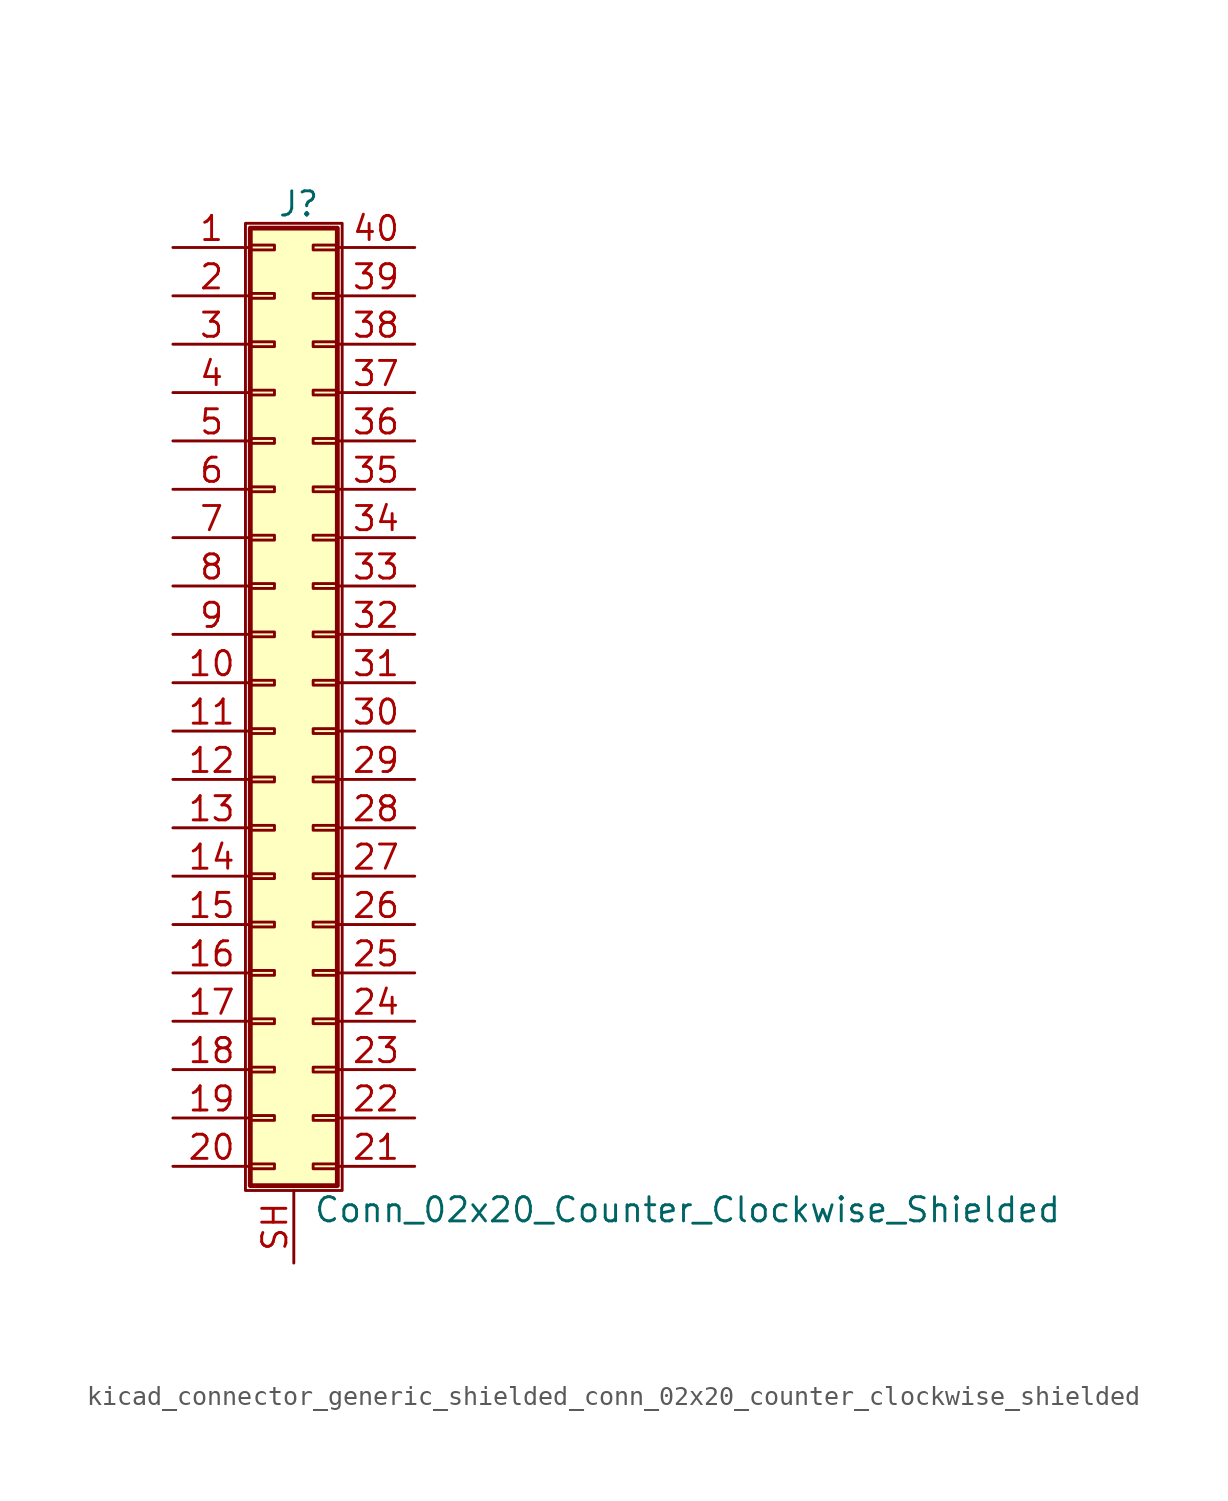
<source format=kicad_sym>
(kicad_symbol_lib
  (version 20220914)
  (generator kicad_symbol_editor)
  (symbol "kicad_connector_generic_shielded_conn_02x20_counter_clockwise_shielded"
    (pin_names
      (offset 1.016) hide)
    (property "Reference" "J"
      (at 1.524 25.146 0)
      (effects (font (size 1.27 1.27))))
    (property "Value" "Conn_02x20_Counter_Clockwise_Shielded"
      (at 2.286 -27.686 0)
      (effects (font (size 1.27 1.27)) (justify left)))
    (symbol "kicad_connector_generic_shielded_conn_02x20_counter_clockwise_shielded_1_1"
      (rectangle (start -1.27 24.13) (end 3.81 -26.67) (stroke (width 0.152) (type default)) (fill (type none)))
      (rectangle (start -1.016 -25.273) (end 0.254 -25.527) (stroke (width 0.152) (type default)) (fill (type none)))
      (rectangle (start -1.016 -22.733) (end 0.254 -22.987) (stroke (width 0.152) (type default)) (fill (type none)))
      (rectangle (start -1.016 -20.193) (end 0.254 -20.447) (stroke (width 0.152) (type default)) (fill (type none)))
      (rectangle (start -1.016 -17.653) (end 0.254 -17.907) (stroke (width 0.152) (type default)) (fill (type none)))
      (rectangle (start -1.016 -15.113) (end 0.254 -15.367) (stroke (width 0.152) (type default)) (fill (type none)))
      (rectangle (start -1.016 -12.573) (end 0.254 -12.827) (stroke (width 0.152) (type default)) (fill (type none)))
      (rectangle (start -1.016 -10.033) (end 0.254 -10.287) (stroke (width 0.152) (type default)) (fill (type none)))
      (rectangle (start -1.016 -7.493) (end 0.254 -7.747) (stroke (width 0.152) (type default)) (fill (type none)))
      (rectangle (start -1.016 -4.953) (end 0.254 -5.207) (stroke (width 0.152) (type default)) (fill (type none)))
      (rectangle (start -1.016 -2.413) (end 0.254 -2.667) (stroke (width 0.152) (type default)) (fill (type none)))
      (rectangle (start -1.016 0.127) (end 0.254 -0.127) (stroke (width 0.152) (type default)) (fill (type none)))
      (rectangle (start -1.016 2.667) (end 0.254 2.413) (stroke (width 0.152) (type default)) (fill (type none)))
      (rectangle (start -1.016 5.207) (end 0.254 4.953) (stroke (width 0.152) (type default)) (fill (type none)))
      (rectangle (start -1.016 7.747) (end 0.254 7.493) (stroke (width 0.152) (type default)) (fill (type none)))
      (rectangle (start -1.016 10.287) (end 0.254 10.033) (stroke (width 0.152) (type default)) (fill (type none)))
      (rectangle (start -1.016 12.827) (end 0.254 12.573) (stroke (width 0.152) (type default)) (fill (type none)))
      (rectangle (start -1.016 15.367) (end 0.254 15.113) (stroke (width 0.152) (type default)) (fill (type none)))
      (rectangle (start -1.016 17.907) (end 0.254 17.653) (stroke (width 0.152) (type default)) (fill (type none)))
      (rectangle (start -1.016 20.447) (end 0.254 20.193) (stroke (width 0.152) (type default)) (fill (type none)))
      (rectangle (start -1.016 22.987) (end 0.254 22.733) (stroke (width 0.152) (type default)) (fill (type none)))
      (rectangle (start -1.016 23.876) (end 3.556 -26.416) (stroke (width 0.254) (type default)) (fill (type background)))
      (rectangle (start 3.556 -25.273) (end 2.286 -25.527) (stroke (width 0.152) (type default)) (fill (type none)))
      (rectangle (start 3.556 -22.733) (end 2.286 -22.987) (stroke (width 0.152) (type default)) (fill (type none)))
      (rectangle (start 3.556 -20.193) (end 2.286 -20.447) (stroke (width 0.152) (type default)) (fill (type none)))
      (rectangle (start 3.556 -17.653) (end 2.286 -17.907) (stroke (width 0.152) (type default)) (fill (type none)))
      (rectangle (start 3.556 -15.113) (end 2.286 -15.367) (stroke (width 0.152) (type default)) (fill (type none)))
      (rectangle (start 3.556 -12.573) (end 2.286 -12.827) (stroke (width 0.152) (type default)) (fill (type none)))
      (rectangle (start 3.556 -10.033) (end 2.286 -10.287) (stroke (width 0.152) (type default)) (fill (type none)))
      (rectangle (start 3.556 -7.493) (end 2.286 -7.747) (stroke (width 0.152) (type default)) (fill (type none)))
      (rectangle (start 3.556 -4.953) (end 2.286 -5.207) (stroke (width 0.152) (type default)) (fill (type none)))
      (rectangle (start 3.556 -2.413) (end 2.286 -2.667) (stroke (width 0.152) (type default)) (fill (type none)))
      (rectangle (start 3.556 0.127) (end 2.286 -0.127) (stroke (width 0.152) (type default)) (fill (type none)))
      (rectangle (start 3.556 2.667) (end 2.286 2.413) (stroke (width 0.152) (type default)) (fill (type none)))
      (rectangle (start 3.556 5.207) (end 2.286 4.953) (stroke (width 0.152) (type default)) (fill (type none)))
      (rectangle (start 3.556 7.747) (end 2.286 7.493) (stroke (width 0.152) (type default)) (fill (type none)))
      (rectangle (start 3.556 10.287) (end 2.286 10.033) (stroke (width 0.152) (type default)) (fill (type none)))
      (rectangle (start 3.556 12.827) (end 2.286 12.573) (stroke (width 0.152) (type default)) (fill (type none)))
      (rectangle (start 3.556 15.367) (end 2.286 15.113) (stroke (width 0.152) (type default)) (fill (type none)))
      (rectangle (start 3.556 17.907) (end 2.286 17.653) (stroke (width 0.152) (type default)) (fill (type none)))
      (rectangle (start 3.556 20.447) (end 2.286 20.193) (stroke (width 0.152) (type default)) (fill (type none)))
      (rectangle (start 3.556 22.987) (end 2.286 22.733) (stroke (width 0.152) (type default)) (fill (type none)))
      (pin passive line (at -5.08 22.86 0) (length 4.064) (name "Pin_1" (effects (font (size 1.27 1.27)))) (number "1" (effects (font (size 1.27 1.27)))))
      (pin passive line (at -5.08 0 0) (length 4.064) (name "Pin_10" (effects (font (size 1.27 1.27)))) (number "10" (effects (font (size 1.27 1.27)))))
      (pin passive line (at -5.08 -2.54 0) (length 4.064) (name "Pin_11" (effects (font (size 1.27 1.27)))) (number "11" (effects (font (size 1.27 1.27)))))
      (pin passive line (at -5.08 -5.08 0) (length 4.064) (name "Pin_12" (effects (font (size 1.27 1.27)))) (number "12" (effects (font (size 1.27 1.27)))))
      (pin passive line (at -5.08 -7.62 0) (length 4.064) (name "Pin_13" (effects (font (size 1.27 1.27)))) (number "13" (effects (font (size 1.27 1.27)))))
      (pin passive line (at -5.08 -10.16 0) (length 4.064) (name "Pin_14" (effects (font (size 1.27 1.27)))) (number "14" (effects (font (size 1.27 1.27)))))
      (pin passive line (at -5.08 -12.7 0) (length 4.064) (name "Pin_15" (effects (font (size 1.27 1.27)))) (number "15" (effects (font (size 1.27 1.27)))))
      (pin passive line (at -5.08 -15.24 0) (length 4.064) (name "Pin_16" (effects (font (size 1.27 1.27)))) (number "16" (effects (font (size 1.27 1.27)))))
      (pin passive line (at -5.08 -17.78 0) (length 4.064) (name "Pin_17" (effects (font (size 1.27 1.27)))) (number "17" (effects (font (size 1.27 1.27)))))
      (pin passive line (at -5.08 -20.32 0) (length 4.064) (name "Pin_18" (effects (font (size 1.27 1.27)))) (number "18" (effects (font (size 1.27 1.27)))))
      (pin passive line (at -5.08 -22.86 0) (length 4.064) (name "Pin_19" (effects (font (size 1.27 1.27)))) (number "19" (effects (font (size 1.27 1.27)))))
      (pin passive line (at -5.08 20.32 0) (length 4.064) (name "Pin_2" (effects (font (size 1.27 1.27)))) (number "2" (effects (font (size 1.27 1.27)))))
      (pin passive line (at -5.08 -25.4 0) (length 4.064) (name "Pin_20" (effects (font (size 1.27 1.27)))) (number "20" (effects (font (size 1.27 1.27)))))
      (pin passive line (at 7.62 -25.4 180) (length 4.064) (name "Pin_21" (effects (font (size 1.27 1.27)))) (number "21" (effects (font (size 1.27 1.27)))))
      (pin passive line (at 7.62 -22.86 180) (length 4.064) (name "Pin_22" (effects (font (size 1.27 1.27)))) (number "22" (effects (font (size 1.27 1.27)))))
      (pin passive line (at 7.62 -20.32 180) (length 4.064) (name "Pin_23" (effects (font (size 1.27 1.27)))) (number "23" (effects (font (size 1.27 1.27)))))
      (pin passive line (at 7.62 -17.78 180) (length 4.064) (name "Pin_24" (effects (font (size 1.27 1.27)))) (number "24" (effects (font (size 1.27 1.27)))))
      (pin passive line (at 7.62 -15.24 180) (length 4.064) (name "Pin_25" (effects (font (size 1.27 1.27)))) (number "25" (effects (font (size 1.27 1.27)))))
      (pin passive line (at 7.62 -12.7 180) (length 4.064) (name "Pin_26" (effects (font (size 1.27 1.27)))) (number "26" (effects (font (size 1.27 1.27)))))
      (pin passive line (at 7.62 -10.16 180) (length 4.064) (name "Pin_27" (effects (font (size 1.27 1.27)))) (number "27" (effects (font (size 1.27 1.27)))))
      (pin passive line (at 7.62 -7.62 180) (length 4.064) (name "Pin_28" (effects (font (size 1.27 1.27)))) (number "28" (effects (font (size 1.27 1.27)))))
      (pin passive line (at 7.62 -5.08 180) (length 4.064) (name "Pin_29" (effects (font (size 1.27 1.27)))) (number "29" (effects (font (size 1.27 1.27)))))
      (pin passive line (at -5.08 17.78 0) (length 4.064) (name "Pin_3" (effects (font (size 1.27 1.27)))) (number "3" (effects (font (size 1.27 1.27)))))
      (pin passive line (at 7.62 -2.54 180) (length 4.064) (name "Pin_30" (effects (font (size 1.27 1.27)))) (number "30" (effects (font (size 1.27 1.27)))))
      (pin passive line (at 7.62 0 180) (length 4.064) (name "Pin_31" (effects (font (size 1.27 1.27)))) (number "31" (effects (font (size 1.27 1.27)))))
      (pin passive line (at 7.62 2.54 180) (length 4.064) (name "Pin_32" (effects (font (size 1.27 1.27)))) (number "32" (effects (font (size 1.27 1.27)))))
      (pin passive line (at 7.62 5.08 180) (length 4.064) (name "Pin_33" (effects (font (size 1.27 1.27)))) (number "33" (effects (font (size 1.27 1.27)))))
      (pin passive line (at 7.62 7.62 180) (length 4.064) (name "Pin_34" (effects (font (size 1.27 1.27)))) (number "34" (effects (font (size 1.27 1.27)))))
      (pin passive line (at 7.62 10.16 180) (length 4.064) (name "Pin_35" (effects (font (size 1.27 1.27)))) (number "35" (effects (font (size 1.27 1.27)))))
      (pin passive line (at 7.62 12.7 180) (length 4.064) (name "Pin_36" (effects (font (size 1.27 1.27)))) (number "36" (effects (font (size 1.27 1.27)))))
      (pin passive line (at 7.62 15.24 180) (length 4.064) (name "Pin_37" (effects (font (size 1.27 1.27)))) (number "37" (effects (font (size 1.27 1.27)))))
      (pin passive line (at 7.62 17.78 180) (length 4.064) (name "Pin_38" (effects (font (size 1.27 1.27)))) (number "38" (effects (font (size 1.27 1.27)))))
      (pin passive line (at 7.62 20.32 180) (length 4.064) (name "Pin_39" (effects (font (size 1.27 1.27)))) (number "39" (effects (font (size 1.27 1.27)))))
      (pin passive line (at -5.08 15.24 0) (length 4.064) (name "Pin_4" (effects (font (size 1.27 1.27)))) (number "4" (effects (font (size 1.27 1.27)))))
      (pin passive line (at 7.62 22.86 180) (length 4.064) (name "Pin_40" (effects (font (size 1.27 1.27)))) (number "40" (effects (font (size 1.27 1.27)))))
      (pin passive line (at -5.08 12.7 0) (length 4.064) (name "Pin_5" (effects (font (size 1.27 1.27)))) (number "5" (effects (font (size 1.27 1.27)))))
      (pin passive line (at -5.08 10.16 0) (length 4.064) (name "Pin_6" (effects (font (size 1.27 1.27)))) (number "6" (effects (font (size 1.27 1.27)))))
      (pin passive line (at -5.08 7.62 0) (length 4.064) (name "Pin_7" (effects (font (size 1.27 1.27)))) (number "7" (effects (font (size 1.27 1.27)))))
      (pin passive line (at -5.08 5.08 0) (length 4.064) (name "Pin_8" (effects (font (size 1.27 1.27)))) (number "8" (effects (font (size 1.27 1.27)))))
      (pin passive line (at -5.08 2.54 0) (length 4.064) (name "Pin_9" (effects (font (size 1.27 1.27)))) (number "9" (effects (font (size 1.27 1.27)))))
      (pin passive line (at 1.27 -30.48 90) (length 3.81) (name "Shield" (effects (font (size 1.27 1.27)))) (number "SH" (effects (font (size 1.27 1.27))))))))
</source>
